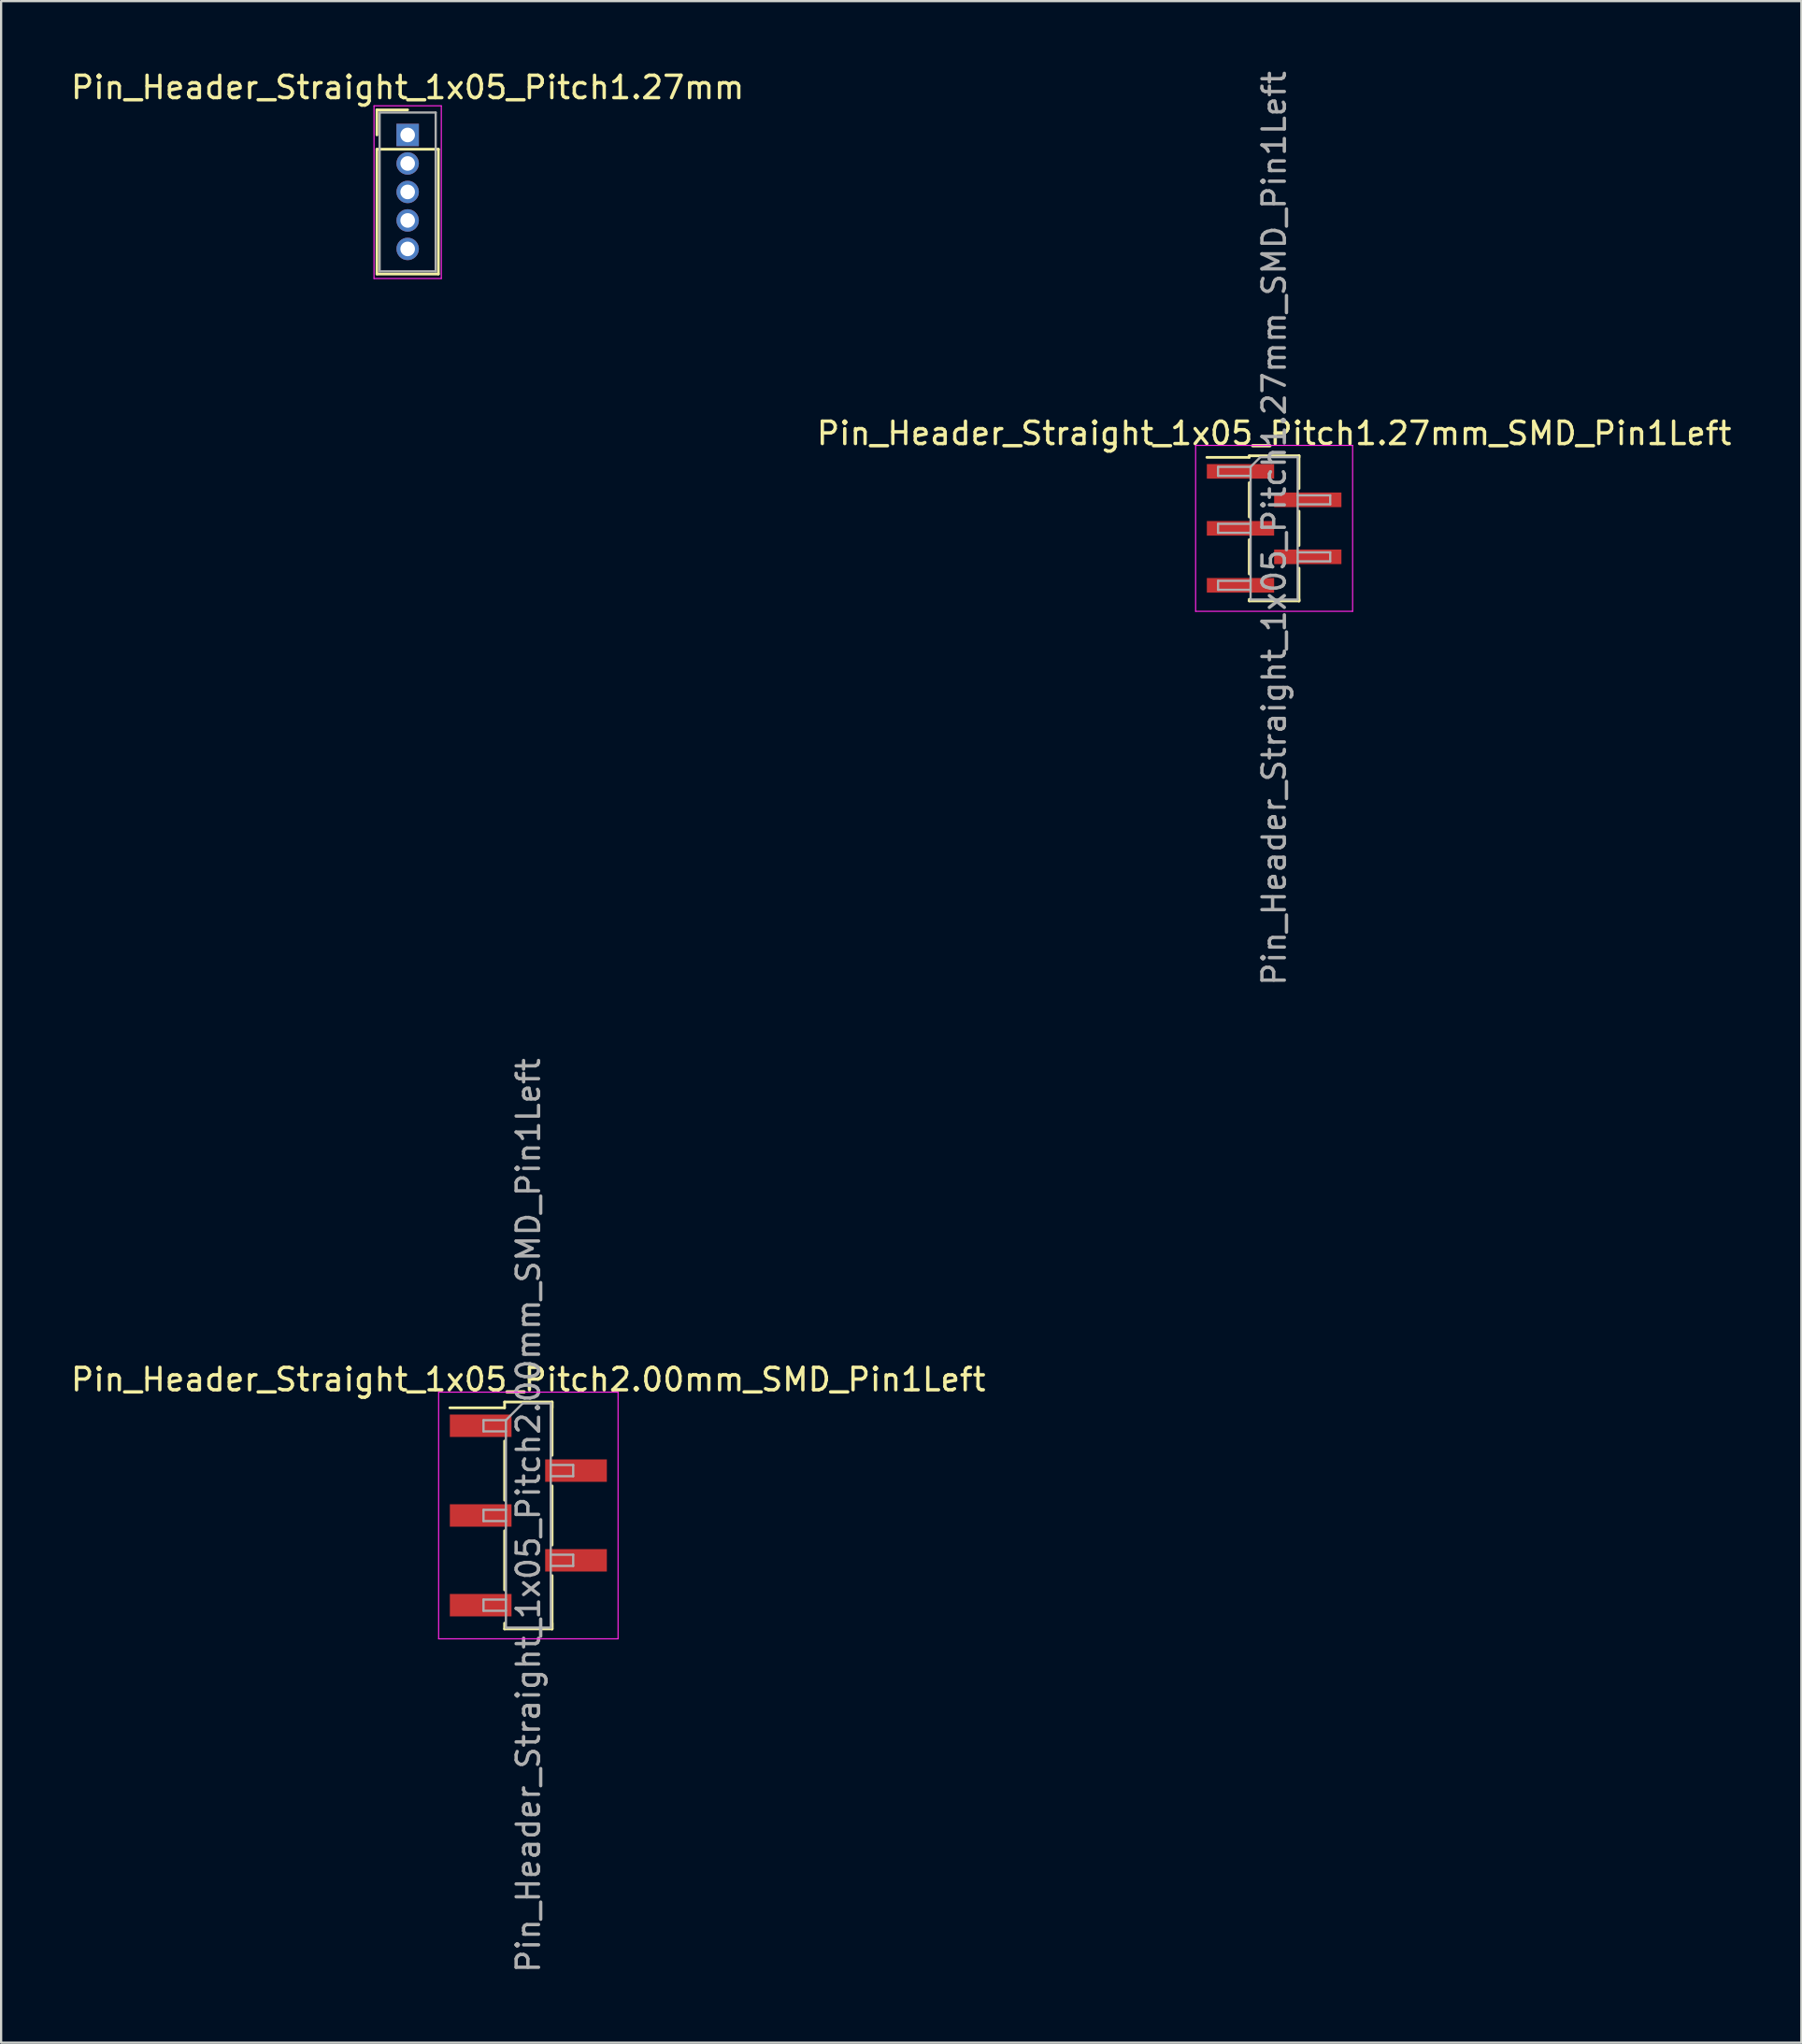
<source format=kicad_pcb>
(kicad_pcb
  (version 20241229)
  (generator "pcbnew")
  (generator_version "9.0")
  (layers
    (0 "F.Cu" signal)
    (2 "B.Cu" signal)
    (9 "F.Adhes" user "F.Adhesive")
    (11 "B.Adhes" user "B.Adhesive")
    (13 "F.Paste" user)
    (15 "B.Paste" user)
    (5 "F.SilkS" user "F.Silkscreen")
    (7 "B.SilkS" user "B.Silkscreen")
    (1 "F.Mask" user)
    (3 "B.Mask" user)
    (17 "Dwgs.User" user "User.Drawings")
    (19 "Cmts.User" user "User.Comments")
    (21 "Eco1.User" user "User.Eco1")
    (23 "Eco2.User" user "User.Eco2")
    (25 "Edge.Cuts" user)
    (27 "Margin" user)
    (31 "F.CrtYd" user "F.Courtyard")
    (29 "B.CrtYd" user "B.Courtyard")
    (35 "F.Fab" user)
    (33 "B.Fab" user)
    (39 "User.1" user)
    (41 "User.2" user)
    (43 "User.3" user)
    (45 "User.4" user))
  (footprint "Pin_Header_Straight_1x05_Pitch2.00mm_SMD_Pin1Left"
    (layer "F.Cu")
    (at 20.506 64.518)
    (property "Reference" "Pin_Header_Straight_1x05_Pitch2.00mm_SMD_Pin1Left" (at 0 -6.06 0) (layer "F.SilkS") (effects (font (size 1 1) (thickness 0.15))))
    (attr smd)
    (fp_line (start -1.06 -5.06) (end 1.06 -5.06) (stroke (width 0.12) (type solid)) (layer "F.SilkS"))
    (fp_line (start -1.06 -4.8) (end -3.5 -4.8) (stroke (width 0.12) (type solid)) (layer "F.SilkS"))
    (fp_line (start -1.06 -4.8) (end -1.06 -5.06) (stroke (width 0.12) (type solid)) (layer "F.SilkS"))
    (fp_line (start -1.06 -3.32) (end -1.06 -0.68) (stroke (width 0.12) (type solid)) (layer "F.SilkS"))
    (fp_line (start -1.06 0.68) (end -1.06 3.32) (stroke (width 0.12) (type solid)) (layer "F.SilkS"))
    (fp_line (start -1.06 4.8) (end -1.06 5.06) (stroke (width 0.12) (type solid)) (layer "F.SilkS"))
    (fp_line (start -1.06 5.06) (end 1.06 5.06) (stroke (width 0.12) (type solid)) (layer "F.SilkS"))
    (fp_line (start 1.06 -5.06) (end 1.06 -4.8) (stroke (width 0.12) (type solid)) (layer "F.SilkS"))
    (fp_line (start 1.06 -5.06) (end 1.06 -2.68) (stroke (width 0.12) (type solid)) (layer "F.SilkS"))
    (fp_line (start 1.06 -1.32) (end 1.06 1.32) (stroke (width 0.12) (type solid)) (layer "F.SilkS"))
    (fp_line (start 1.06 2.68) (end 1.06 5.06) (stroke (width 0.12) (type solid)) (layer "F.SilkS"))
    (fp_line (start 1.06 5.06) (end 1.06 4.8) (stroke (width 0.12) (type solid)) (layer "F.SilkS"))
    (fp_line (start -4 -5.5) (end -4 5.5) (stroke (width 0.05) (type solid)) (layer "F.CrtYd"))
    (fp_line (start -4 5.5) (end 4 5.5) (stroke (width 0.05) (type solid)) (layer "F.CrtYd"))
    (fp_line (start 4 -5.5) (end -4 -5.5) (stroke (width 0.05) (type solid)) (layer "F.CrtYd"))
    (fp_line (start 4 5.5) (end 4 -5.5) (stroke (width 0.05) (type solid)) (layer "F.CrtYd"))
    (fp_line (start -2 -4.25) (end -2 -3.75) (stroke (width 0.1) (type solid)) (layer "F.Fab"))
    (fp_line (start -2 -3.75) (end -1 -3.75) (stroke (width 0.1) (type solid)) (layer "F.Fab"))
    (fp_line (start -2 -0.25) (end -2 0.25) (stroke (width 0.1) (type solid)) (layer "F.Fab"))
    (fp_line (start -2 0.25) (end -1 0.25) (stroke (width 0.1) (type solid)) (layer "F.Fab"))
    (fp_line (start -2 3.75) (end -2 4.25) (stroke (width 0.1) (type solid)) (layer "F.Fab"))
    (fp_line (start -2 4.25) (end -1 4.25) (stroke (width 0.1) (type solid)) (layer "F.Fab"))
    (fp_line (start -1 -4.25) (end -2 -4.25) (stroke (width 0.1) (type solid)) (layer "F.Fab"))
    (fp_line (start -1 -4.25) (end -0.25 -5) (stroke (width 0.1) (type solid)) (layer "F.Fab"))
    (fp_line (start -1 -0.25) (end -2 -0.25) (stroke (width 0.1) (type solid)) (layer "F.Fab"))
    (fp_line (start -1 3.75) (end -2 3.75) (stroke (width 0.1) (type solid)) (layer "F.Fab"))
    (fp_line (start -1 5) (end -1 -4.25) (stroke (width 0.1) (type solid)) (layer "F.Fab"))
    (fp_line (start -0.25 -5) (end 1 -5) (stroke (width 0.1) (type solid)) (layer "F.Fab"))
    (fp_line (start 1 -5) (end 1 5) (stroke (width 0.1) (type solid)) (layer "F.Fab"))
    (fp_line (start 1 -2.25) (end 2 -2.25) (stroke (width 0.1) (type solid)) (layer "F.Fab"))
    (fp_line (start 1 1.75) (end 2 1.75) (stroke (width 0.1) (type solid)) (layer "F.Fab"))
    (fp_line (start 1 5) (end -1 5) (stroke (width 0.1) (type solid)) (layer "F.Fab"))
    (fp_line (start 2 -2.25) (end 2 -1.75) (stroke (width 0.1) (type solid)) (layer "F.Fab"))
    (fp_line (start 2 -1.75) (end 1 -1.75) (stroke (width 0.1) (type solid)) (layer "F.Fab"))
    (fp_line (start 2 1.75) (end 2 2.25) (stroke (width 0.1) (type solid)) (layer "F.Fab"))
    (fp_line (start 2 2.25) (end 1 2.25) (stroke (width 0.1) (type solid)) (layer "F.Fab"))
    (fp_text user "${REFERENCE}" (at 0 0 90) (layer "F.Fab") (effects (font (size 1 1) (thickness 0.15))))
    (pad "1" smd rect (at -2.125 -4) (size 2.75 1) (layers "F.Cu" "F.Mask" "F.Paste"))
    (pad "2" smd rect (at 2.125 -2) (size 2.75 1) (layers "F.Cu" "F.Mask" "F.Paste"))
    (pad "3" smd rect (at -2.125 0) (size 2.75 1) (layers "F.Cu" "F.Mask" "F.Paste"))
    (pad "4" smd rect (at 2.125 2) (size 2.75 1) (layers "F.Cu" "F.Mask" "F.Paste"))
    (pad "5" smd rect (at -2.125 4) (size 2.75 1) (layers "F.Cu" "F.Mask" "F.Paste")))
  (footprint "Pin_Header_Straight_1x05_Pitch1.27mm_SMD_Pin1Left"
    (layer "F.Cu")
    (at 53.756 20.506)
    (property "Reference" "Pin_Header_Straight_1x05_Pitch1.27mm_SMD_Pin1Left" (at 0 -4.235 0) (layer "F.SilkS") (effects (font (size 1 1) (thickness 0.15))))
    (attr smd)
    (fp_line (start -1.11 -3.235) (end 1.11 -3.235) (stroke (width 0.12) (type solid)) (layer "F.SilkS"))
    (fp_line (start -1.11 -3.165) (end -3 -3.165) (stroke (width 0.12) (type solid)) (layer "F.SilkS"))
    (fp_line (start -1.11 -3.165) (end -1.11 -3.235) (stroke (width 0.12) (type solid)) (layer "F.SilkS"))
    (fp_line (start -1.11 -2.035) (end -1.11 -0.505) (stroke (width 0.12) (type solid)) (layer "F.SilkS"))
    (fp_line (start -1.11 0.505) (end -1.11 2.035) (stroke (width 0.12) (type solid)) (layer "F.SilkS"))
    (fp_line (start -1.11 3.165) (end -1.11 3.235) (stroke (width 0.12) (type solid)) (layer "F.SilkS"))
    (fp_line (start -1.11 3.235) (end 1.11 3.235) (stroke (width 0.12) (type solid)) (layer "F.SilkS"))
    (fp_line (start 1.11 -3.235) (end 1.11 -3.165) (stroke (width 0.12) (type solid)) (layer "F.SilkS"))
    (fp_line (start 1.11 -3.235) (end 1.11 -1.775) (stroke (width 0.12) (type solid)) (layer "F.SilkS"))
    (fp_line (start 1.11 -0.765) (end 1.11 0.765) (stroke (width 0.12) (type solid)) (layer "F.SilkS"))
    (fp_line (start 1.11 1.775) (end 1.11 3.235) (stroke (width 0.12) (type solid)) (layer "F.SilkS"))
    (fp_line (start 1.11 3.235) (end 1.11 3.165) (stroke (width 0.12) (type solid)) (layer "F.SilkS"))
    (fp_line (start -3.5 -3.7) (end -3.5 3.7) (stroke (width 0.05) (type solid)) (layer "F.CrtYd"))
    (fp_line (start -3.5 3.7) (end 3.5 3.7) (stroke (width 0.05) (type solid)) (layer "F.CrtYd"))
    (fp_line (start 3.5 -3.7) (end -3.5 -3.7) (stroke (width 0.05) (type solid)) (layer "F.CrtYd"))
    (fp_line (start 3.5 3.7) (end 3.5 -3.7) (stroke (width 0.05) (type solid)) (layer "F.CrtYd"))
    (fp_line (start -2.5 -2.74) (end -2.5 -2.34) (stroke (width 0.1) (type solid)) (layer "F.Fab"))
    (fp_line (start -2.5 -2.34) (end -1.05 -2.34) (stroke (width 0.1) (type solid)) (layer "F.Fab"))
    (fp_line (start -2.5 -0.2) (end -2.5 0.2) (stroke (width 0.1) (type solid)) (layer "F.Fab"))
    (fp_line (start -2.5 0.2) (end -1.05 0.2) (stroke (width 0.1) (type solid)) (layer "F.Fab"))
    (fp_line (start -2.5 2.34) (end -2.5 2.74) (stroke (width 0.1) (type solid)) (layer "F.Fab"))
    (fp_line (start -2.5 2.74) (end -1.05 2.74) (stroke (width 0.1) (type solid)) (layer "F.Fab"))
    (fp_line (start -1.05 -2.74) (end -2.5 -2.74) (stroke (width 0.1) (type solid)) (layer "F.Fab"))
    (fp_line (start -1.05 -2.74) (end -0.615 -3.175) (stroke (width 0.1) (type solid)) (layer "F.Fab"))
    (fp_line (start -1.05 -0.2) (end -2.5 -0.2) (stroke (width 0.1) (type solid)) (layer "F.Fab"))
    (fp_line (start -1.05 2.34) (end -2.5 2.34) (stroke (width 0.1) (type solid)) (layer "F.Fab"))
    (fp_line (start -1.05 3.175) (end -1.05 -2.74) (stroke (width 0.1) (type solid)) (layer "F.Fab"))
    (fp_line (start -0.615 -3.175) (end 1.05 -3.175) (stroke (width 0.1) (type solid)) (layer "F.Fab"))
    (fp_line (start 1.05 -3.175) (end 1.05 3.175) (stroke (width 0.1) (type solid)) (layer "F.Fab"))
    (fp_line (start 1.05 -1.47) (end 2.5 -1.47) (stroke (width 0.1) (type solid)) (layer "F.Fab"))
    (fp_line (start 1.05 1.07) (end 2.5 1.07) (stroke (width 0.1) (type solid)) (layer "F.Fab"))
    (fp_line (start 1.05 3.175) (end -1.05 3.175) (stroke (width 0.1) (type solid)) (layer "F.Fab"))
    (fp_line (start 2.5 -1.47) (end 2.5 -1.07) (stroke (width 0.1) (type solid)) (layer "F.Fab"))
    (fp_line (start 2.5 -1.07) (end 1.05 -1.07) (stroke (width 0.1) (type solid)) (layer "F.Fab"))
    (fp_line (start 2.5 1.07) (end 2.5 1.47) (stroke (width 0.1) (type solid)) (layer "F.Fab"))
    (fp_line (start 2.5 1.47) (end 1.05 1.47) (stroke (width 0.1) (type solid)) (layer "F.Fab"))
    (fp_text user "${REFERENCE}" (at 0 0 90) (layer "F.Fab") (effects (font (size 1 1) (thickness 0.15))))
    (pad "1" smd rect (at -1.5 -2.54) (size 3 0.65) (layers "F.Cu" "F.Mask" "F.Paste"))
    (pad "2" smd rect (at 1.5 -1.27) (size 3 0.65) (layers "F.Cu" "F.Mask" "F.Paste"))
    (pad "3" smd rect (at -1.5 0) (size 3 0.65) (layers "F.Cu" "F.Mask" "F.Paste"))
    (pad "4" smd rect (at 1.5 1.27) (size 3 0.65) (layers "F.Cu" "F.Mask" "F.Paste"))
    (pad "5" smd rect (at -1.5 2.54) (size 3 0.65) (layers "F.Cu" "F.Mask" "F.Paste")))
  (footprint "Pin_Header_Straight_1x05_Pitch1.27mm"
    (layer "F.Cu")
    (at 15.125 2.968)
    (property "Reference" "Pin_Header_Straight_1x05_Pitch1.27mm" (at 0 -2.12 0) (layer "F.SilkS") (effects (font (size 1 1) (thickness 0.15))))
    (attr through_hole)
    (fp_line (start -1.37 -1.12) (end 0 -1.12) (stroke (width 0.12) (type solid)) (layer "F.SilkS"))
    (fp_line (start -1.37 0) (end -1.37 -1.12) (stroke (width 0.12) (type solid)) (layer "F.SilkS"))
    (fp_line (start -1.37 0.635) (end -1.37 6.2) (stroke (width 0.12) (type solid)) (layer "F.SilkS"))
    (fp_line (start -1.37 6.2) (end 1.37 6.2) (stroke (width 0.12) (type solid)) (layer "F.SilkS"))
    (fp_line (start 1.37 0.635) (end -1.37 0.635) (stroke (width 0.12) (type solid)) (layer "F.SilkS"))
    (fp_line (start 1.37 6.2) (end 1.37 0.635) (stroke (width 0.12) (type solid)) (layer "F.SilkS"))
    (fp_line (start -1.5 -1.3) (end -1.5 6.4) (stroke (width 0.05) (type solid)) (layer "F.CrtYd"))
    (fp_line (start -1.5 6.4) (end 1.5 6.4) (stroke (width 0.05) (type solid)) (layer "F.CrtYd"))
    (fp_line (start 1.5 -1.3) (end -1.5 -1.3) (stroke (width 0.05) (type solid)) (layer "F.CrtYd"))
    (fp_line (start 1.5 6.4) (end 1.5 -1.3) (stroke (width 0.05) (type solid)) (layer "F.CrtYd"))
    (fp_line (start -1.25 -1) (end -1.25 6.08) (stroke (width 0.1) (type solid)) (layer "F.Fab"))
    (fp_line (start -1.25 6.08) (end 1.25 6.08) (stroke (width 0.1) (type solid)) (layer "F.Fab"))
    (fp_line (start 1.25 -1) (end -1.25 -1) (stroke (width 0.1) (type solid)) (layer "F.Fab"))
    (fp_line (start 1.25 6.08) (end 1.25 -1) (stroke (width 0.1) (type solid)) (layer "F.Fab"))
    (pad "1" thru_hole rect (at 0 0) (size 1 1) (drill 0.65) (layers "*.Cu" "*.Mask"))
    (pad "2" thru_hole oval (at 0 1.27) (size 1 1) (drill 0.65) (layers "*.Cu" "*.Mask"))
    (pad "3" thru_hole oval (at 0 2.54) (size 1 1) (drill 0.65) (layers "*.Cu" "*.Mask"))
    (pad "4" thru_hole oval (at 0 3.81) (size 1 1) (drill 0.65) (layers "*.Cu" "*.Mask"))
    (pad "5" thru_hole oval (at 0 5.08) (size 1 1) (drill 0.65) (layers "*.Cu" "*.Mask")))
  (gr_rect
    (start -3 -3)
    (end 77.262 88.024)
    (stroke (width 0.1) (type default))
    (fill no)
    (layer "Edge.Cuts")))
</source>
